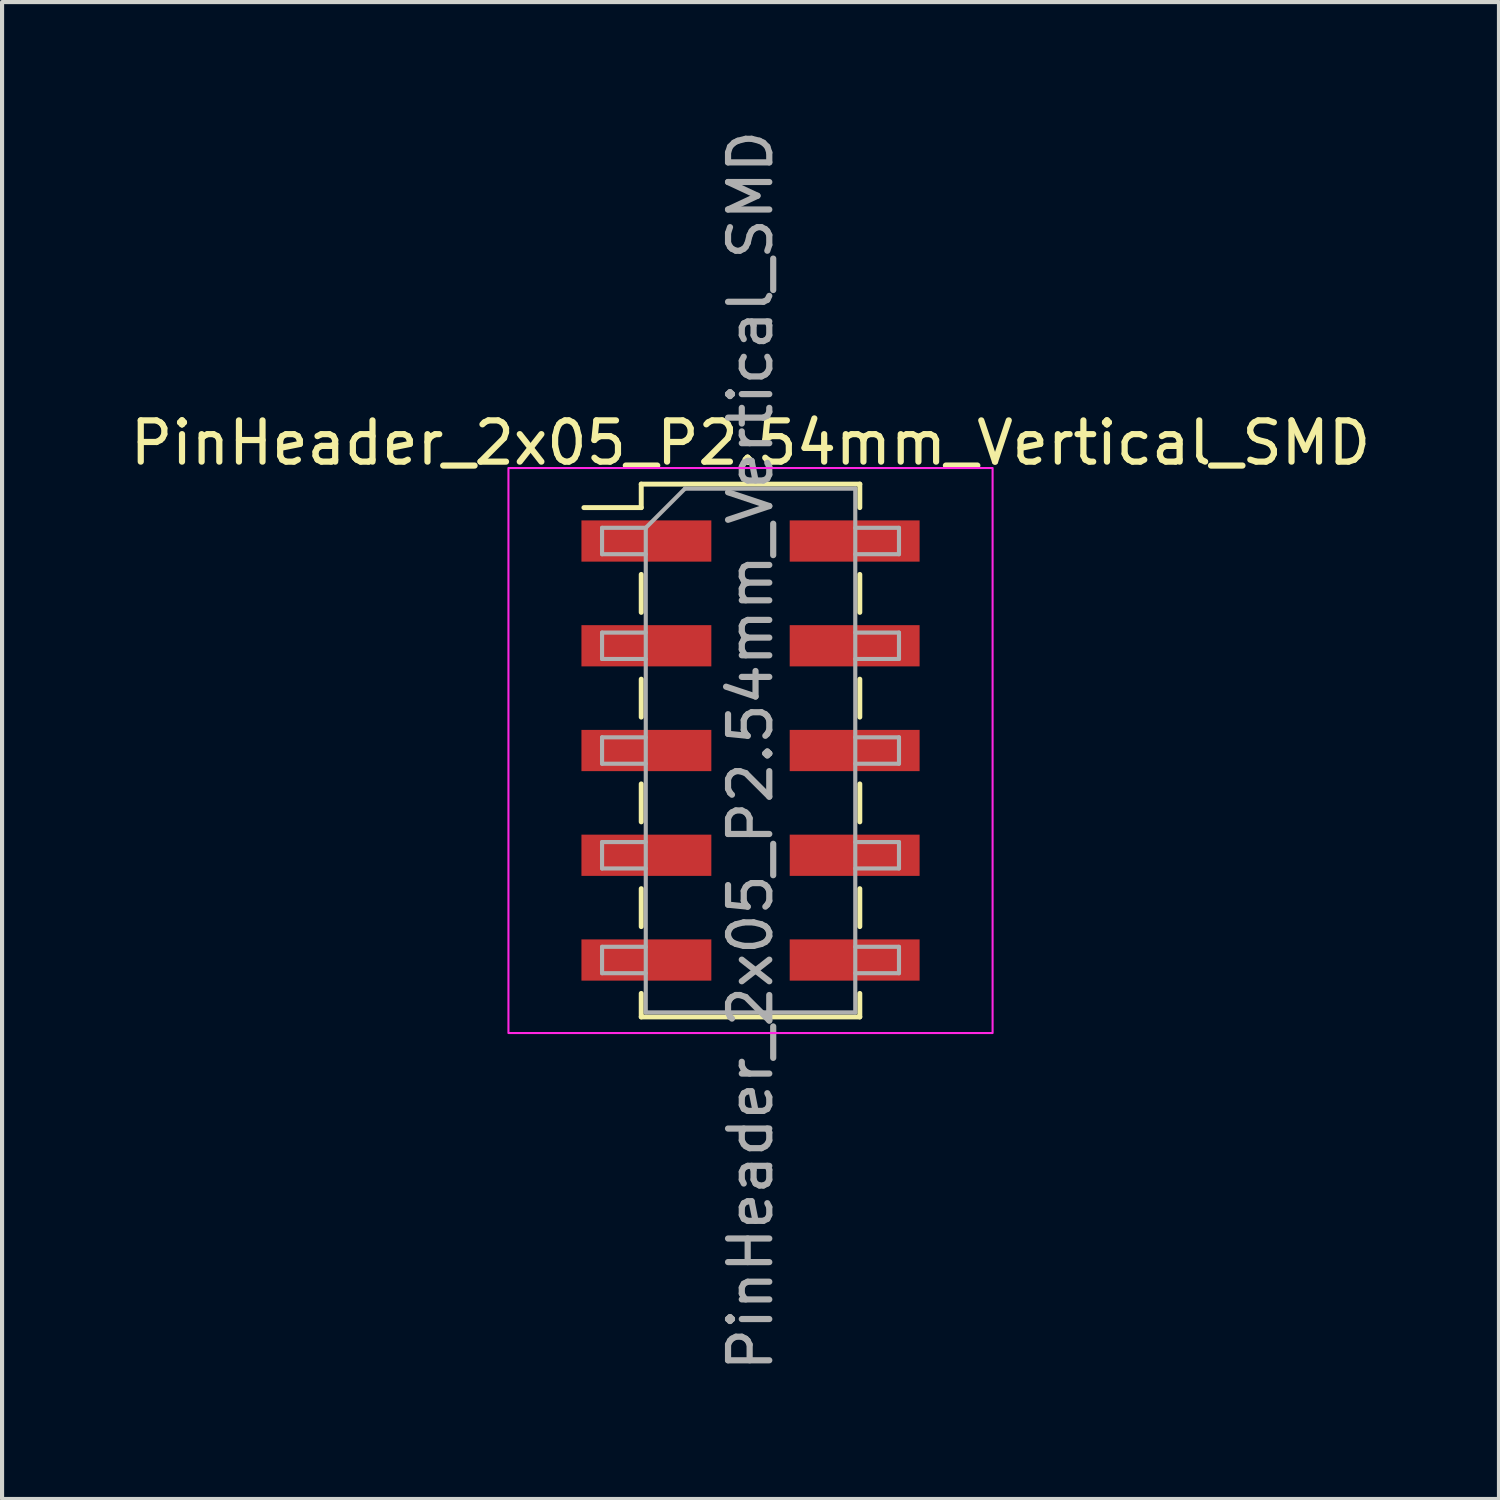
<source format=kicad_pcb>
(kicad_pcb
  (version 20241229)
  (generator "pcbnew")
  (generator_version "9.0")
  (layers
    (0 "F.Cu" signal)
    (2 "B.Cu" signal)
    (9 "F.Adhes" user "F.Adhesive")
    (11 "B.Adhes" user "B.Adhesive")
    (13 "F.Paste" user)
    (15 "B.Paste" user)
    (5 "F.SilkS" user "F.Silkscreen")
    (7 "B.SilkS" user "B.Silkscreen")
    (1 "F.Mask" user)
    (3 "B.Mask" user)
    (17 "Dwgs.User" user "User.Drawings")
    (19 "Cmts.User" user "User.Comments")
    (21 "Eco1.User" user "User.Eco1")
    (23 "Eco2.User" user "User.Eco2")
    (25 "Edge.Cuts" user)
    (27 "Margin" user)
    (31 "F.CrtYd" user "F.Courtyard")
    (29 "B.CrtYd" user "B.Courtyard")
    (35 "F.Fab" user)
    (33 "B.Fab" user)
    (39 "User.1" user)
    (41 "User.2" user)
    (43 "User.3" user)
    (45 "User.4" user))
  (footprint "PinHeader_2x05_P2.54mm_Vertical_SMD"
    (layer "F.Cu")
    (at 15.149 15.149)
    (property "Reference" "PinHeader_2x05_P2.54mm_Vertical_SMD" (at 0 -7.46 0) (layer "F.SilkS") (effects (font (size 1 1) (thickness 0.15))))
    (attr smd)
    (fp_line (start -4.04 -5.89) (end -2.65 -5.89) (stroke (width 0.12) (type solid)) (layer "F.SilkS"))
    (fp_line (start -2.65 -6.46) (end -2.65 -5.89) (stroke (width 0.12) (type solid)) (layer "F.SilkS"))
    (fp_line (start -2.65 -6.46) (end 2.65 -6.46) (stroke (width 0.12) (type solid)) (layer "F.SilkS"))
    (fp_line (start -2.65 -4.27) (end -2.65 -3.35) (stroke (width 0.12) (type solid)) (layer "F.SilkS"))
    (fp_line (start -2.65 -1.73) (end -2.65 -0.81) (stroke (width 0.12) (type solid)) (layer "F.SilkS"))
    (fp_line (start -2.65 0.81) (end -2.65 1.73) (stroke (width 0.12) (type solid)) (layer "F.SilkS"))
    (fp_line (start -2.65 3.35) (end -2.65 4.27) (stroke (width 0.12) (type solid)) (layer "F.SilkS"))
    (fp_line (start -2.65 5.89) (end -2.65 6.46) (stroke (width 0.12) (type solid)) (layer "F.SilkS"))
    (fp_line (start -2.65 6.46) (end 2.65 6.46) (stroke (width 0.12) (type solid)) (layer "F.SilkS"))
    (fp_line (start 2.65 -6.46) (end 2.65 -5.89) (stroke (width 0.12) (type solid)) (layer "F.SilkS"))
    (fp_line (start 2.65 -4.27) (end 2.65 -3.35) (stroke (width 0.12) (type solid)) (layer "F.SilkS"))
    (fp_line (start 2.65 -1.73) (end 2.65 -0.81) (stroke (width 0.12) (type solid)) (layer "F.SilkS"))
    (fp_line (start 2.65 0.81) (end 2.65 1.73) (stroke (width 0.12) (type solid)) (layer "F.SilkS"))
    (fp_line (start 2.65 3.35) (end 2.65 4.27) (stroke (width 0.12) (type solid)) (layer "F.SilkS"))
    (fp_line (start 2.65 5.89) (end 2.65 6.46) (stroke (width 0.12) (type solid)) (layer "F.SilkS"))
    (fp_rect (start -5.87 -6.85) (end 5.87 6.85) (stroke (width 0.05) (type solid)) (fill no) (layer "F.CrtYd"))
    (fp_line (start -3.6 -5.4) (end -3.6 -4.76) (stroke (width 0.1) (type solid)) (layer "F.Fab"))
    (fp_line (start -3.6 -4.76) (end -2.54 -4.76) (stroke (width 0.1) (type solid)) (layer "F.Fab"))
    (fp_line (start -3.6 -2.86) (end -3.6 -2.22) (stroke (width 0.1) (type solid)) (layer "F.Fab"))
    (fp_line (start -3.6 -2.22) (end -2.54 -2.22) (stroke (width 0.1) (type solid)) (layer "F.Fab"))
    (fp_line (start -3.6 -0.32) (end -3.6 0.32) (stroke (width 0.1) (type solid)) (layer "F.Fab"))
    (fp_line (start -3.6 0.32) (end -2.54 0.32) (stroke (width 0.1) (type solid)) (layer "F.Fab"))
    (fp_line (start -3.6 2.22) (end -3.6 2.86) (stroke (width 0.1) (type solid)) (layer "F.Fab"))
    (fp_line (start -3.6 2.86) (end -2.54 2.86) (stroke (width 0.1) (type solid)) (layer "F.Fab"))
    (fp_line (start -3.6 4.76) (end -3.6 5.4) (stroke (width 0.1) (type solid)) (layer "F.Fab"))
    (fp_line (start -3.6 5.4) (end -2.54 5.4) (stroke (width 0.1) (type solid)) (layer "F.Fab"))
    (fp_line (start -2.54 -5.4) (end -3.6 -5.4) (stroke (width 0.1) (type solid)) (layer "F.Fab"))
    (fp_line (start -2.54 -5.4) (end -1.59 -6.35) (stroke (width 0.1) (type solid)) (layer "F.Fab"))
    (fp_line (start -2.54 -2.86) (end -3.6 -2.86) (stroke (width 0.1) (type solid)) (layer "F.Fab"))
    (fp_line (start -2.54 -0.32) (end -3.6 -0.32) (stroke (width 0.1) (type solid)) (layer "F.Fab"))
    (fp_line (start -2.54 2.22) (end -3.6 2.22) (stroke (width 0.1) (type solid)) (layer "F.Fab"))
    (fp_line (start -2.54 4.76) (end -3.6 4.76) (stroke (width 0.1) (type solid)) (layer "F.Fab"))
    (fp_line (start -2.54 6.35) (end -2.54 -5.4) (stroke (width 0.1) (type solid)) (layer "F.Fab"))
    (fp_line (start -1.59 -6.35) (end 2.54 -6.35) (stroke (width 0.1) (type solid)) (layer "F.Fab"))
    (fp_line (start 2.54 -6.35) (end 2.54 6.35) (stroke (width 0.1) (type solid)) (layer "F.Fab"))
    (fp_line (start 2.54 -5.4) (end 3.6 -5.4) (stroke (width 0.1) (type solid)) (layer "F.Fab"))
    (fp_line (start 2.54 -2.86) (end 3.6 -2.86) (stroke (width 0.1) (type solid)) (layer "F.Fab"))
    (fp_line (start 2.54 -0.32) (end 3.6 -0.32) (stroke (width 0.1) (type solid)) (layer "F.Fab"))
    (fp_line (start 2.54 2.22) (end 3.6 2.22) (stroke (width 0.1) (type solid)) (layer "F.Fab"))
    (fp_line (start 2.54 4.76) (end 3.6 4.76) (stroke (width 0.1) (type solid)) (layer "F.Fab"))
    (fp_line (start 2.54 6.35) (end -2.54 6.35) (stroke (width 0.1) (type solid)) (layer "F.Fab"))
    (fp_line (start 3.6 -5.4) (end 3.6 -4.76) (stroke (width 0.1) (type solid)) (layer "F.Fab"))
    (fp_line (start 3.6 -4.76) (end 2.54 -4.76) (stroke (width 0.1) (type solid)) (layer "F.Fab"))
    (fp_line (start 3.6 -2.86) (end 3.6 -2.22) (stroke (width 0.1) (type solid)) (layer "F.Fab"))
    (fp_line (start 3.6 -2.22) (end 2.54 -2.22) (stroke (width 0.1) (type solid)) (layer "F.Fab"))
    (fp_line (start 3.6 -0.32) (end 3.6 0.32) (stroke (width 0.1) (type solid)) (layer "F.Fab"))
    (fp_line (start 3.6 0.32) (end 2.54 0.32) (stroke (width 0.1) (type solid)) (layer "F.Fab"))
    (fp_line (start 3.6 2.22) (end 3.6 2.86) (stroke (width 0.1) (type solid)) (layer "F.Fab"))
    (fp_line (start 3.6 2.86) (end 2.54 2.86) (stroke (width 0.1) (type solid)) (layer "F.Fab"))
    (fp_line (start 3.6 4.76) (end 3.6 5.4) (stroke (width 0.1) (type solid)) (layer "F.Fab"))
    (fp_line (start 3.6 5.4) (end 2.54 5.4) (stroke (width 0.1) (type solid)) (layer "F.Fab"))
    (fp_text user "${REFERENCE}" (at 0 0 90) (layer "F.Fab") (effects (font (size 1 1) (thickness 0.15))))
    (pad "1" smd rect (at -2.525 -5.08) (size 3.15 1) (layers "F.Cu" "F.Mask" "F.Paste"))
    (pad "2" smd rect (at 2.525 -5.08) (size 3.15 1) (layers "F.Cu" "F.Mask" "F.Paste"))
    (pad "3" smd rect (at -2.525 -2.54) (size 3.15 1) (layers "F.Cu" "F.Mask" "F.Paste"))
    (pad "4" smd rect (at 2.525 -2.54) (size 3.15 1) (layers "F.Cu" "F.Mask" "F.Paste"))
    (pad "5" smd rect (at -2.525 0) (size 3.15 1) (layers "F.Cu" "F.Mask" "F.Paste"))
    (pad "6" smd rect (at 2.525 0) (size 3.15 1) (layers "F.Cu" "F.Mask" "F.Paste"))
    (pad "7" smd rect (at -2.525 2.54) (size 3.15 1) (layers "F.Cu" "F.Mask" "F.Paste"))
    (pad "8" smd rect (at 2.525 2.54) (size 3.15 1) (layers "F.Cu" "F.Mask" "F.Paste"))
    (pad "9" smd rect (at -2.525 5.08) (size 3.15 1) (layers "F.Cu" "F.Mask" "F.Paste"))
    (pad "10" smd rect (at 2.525 5.08) (size 3.15 1) (layers "F.Cu" "F.Mask" "F.Paste")))
  (gr_rect
    (start -3 -3)
    (end 33.298 33.298)
    (stroke (width 0.1) (type default))
    (fill no)
    (layer "Edge.Cuts")))
</source>
